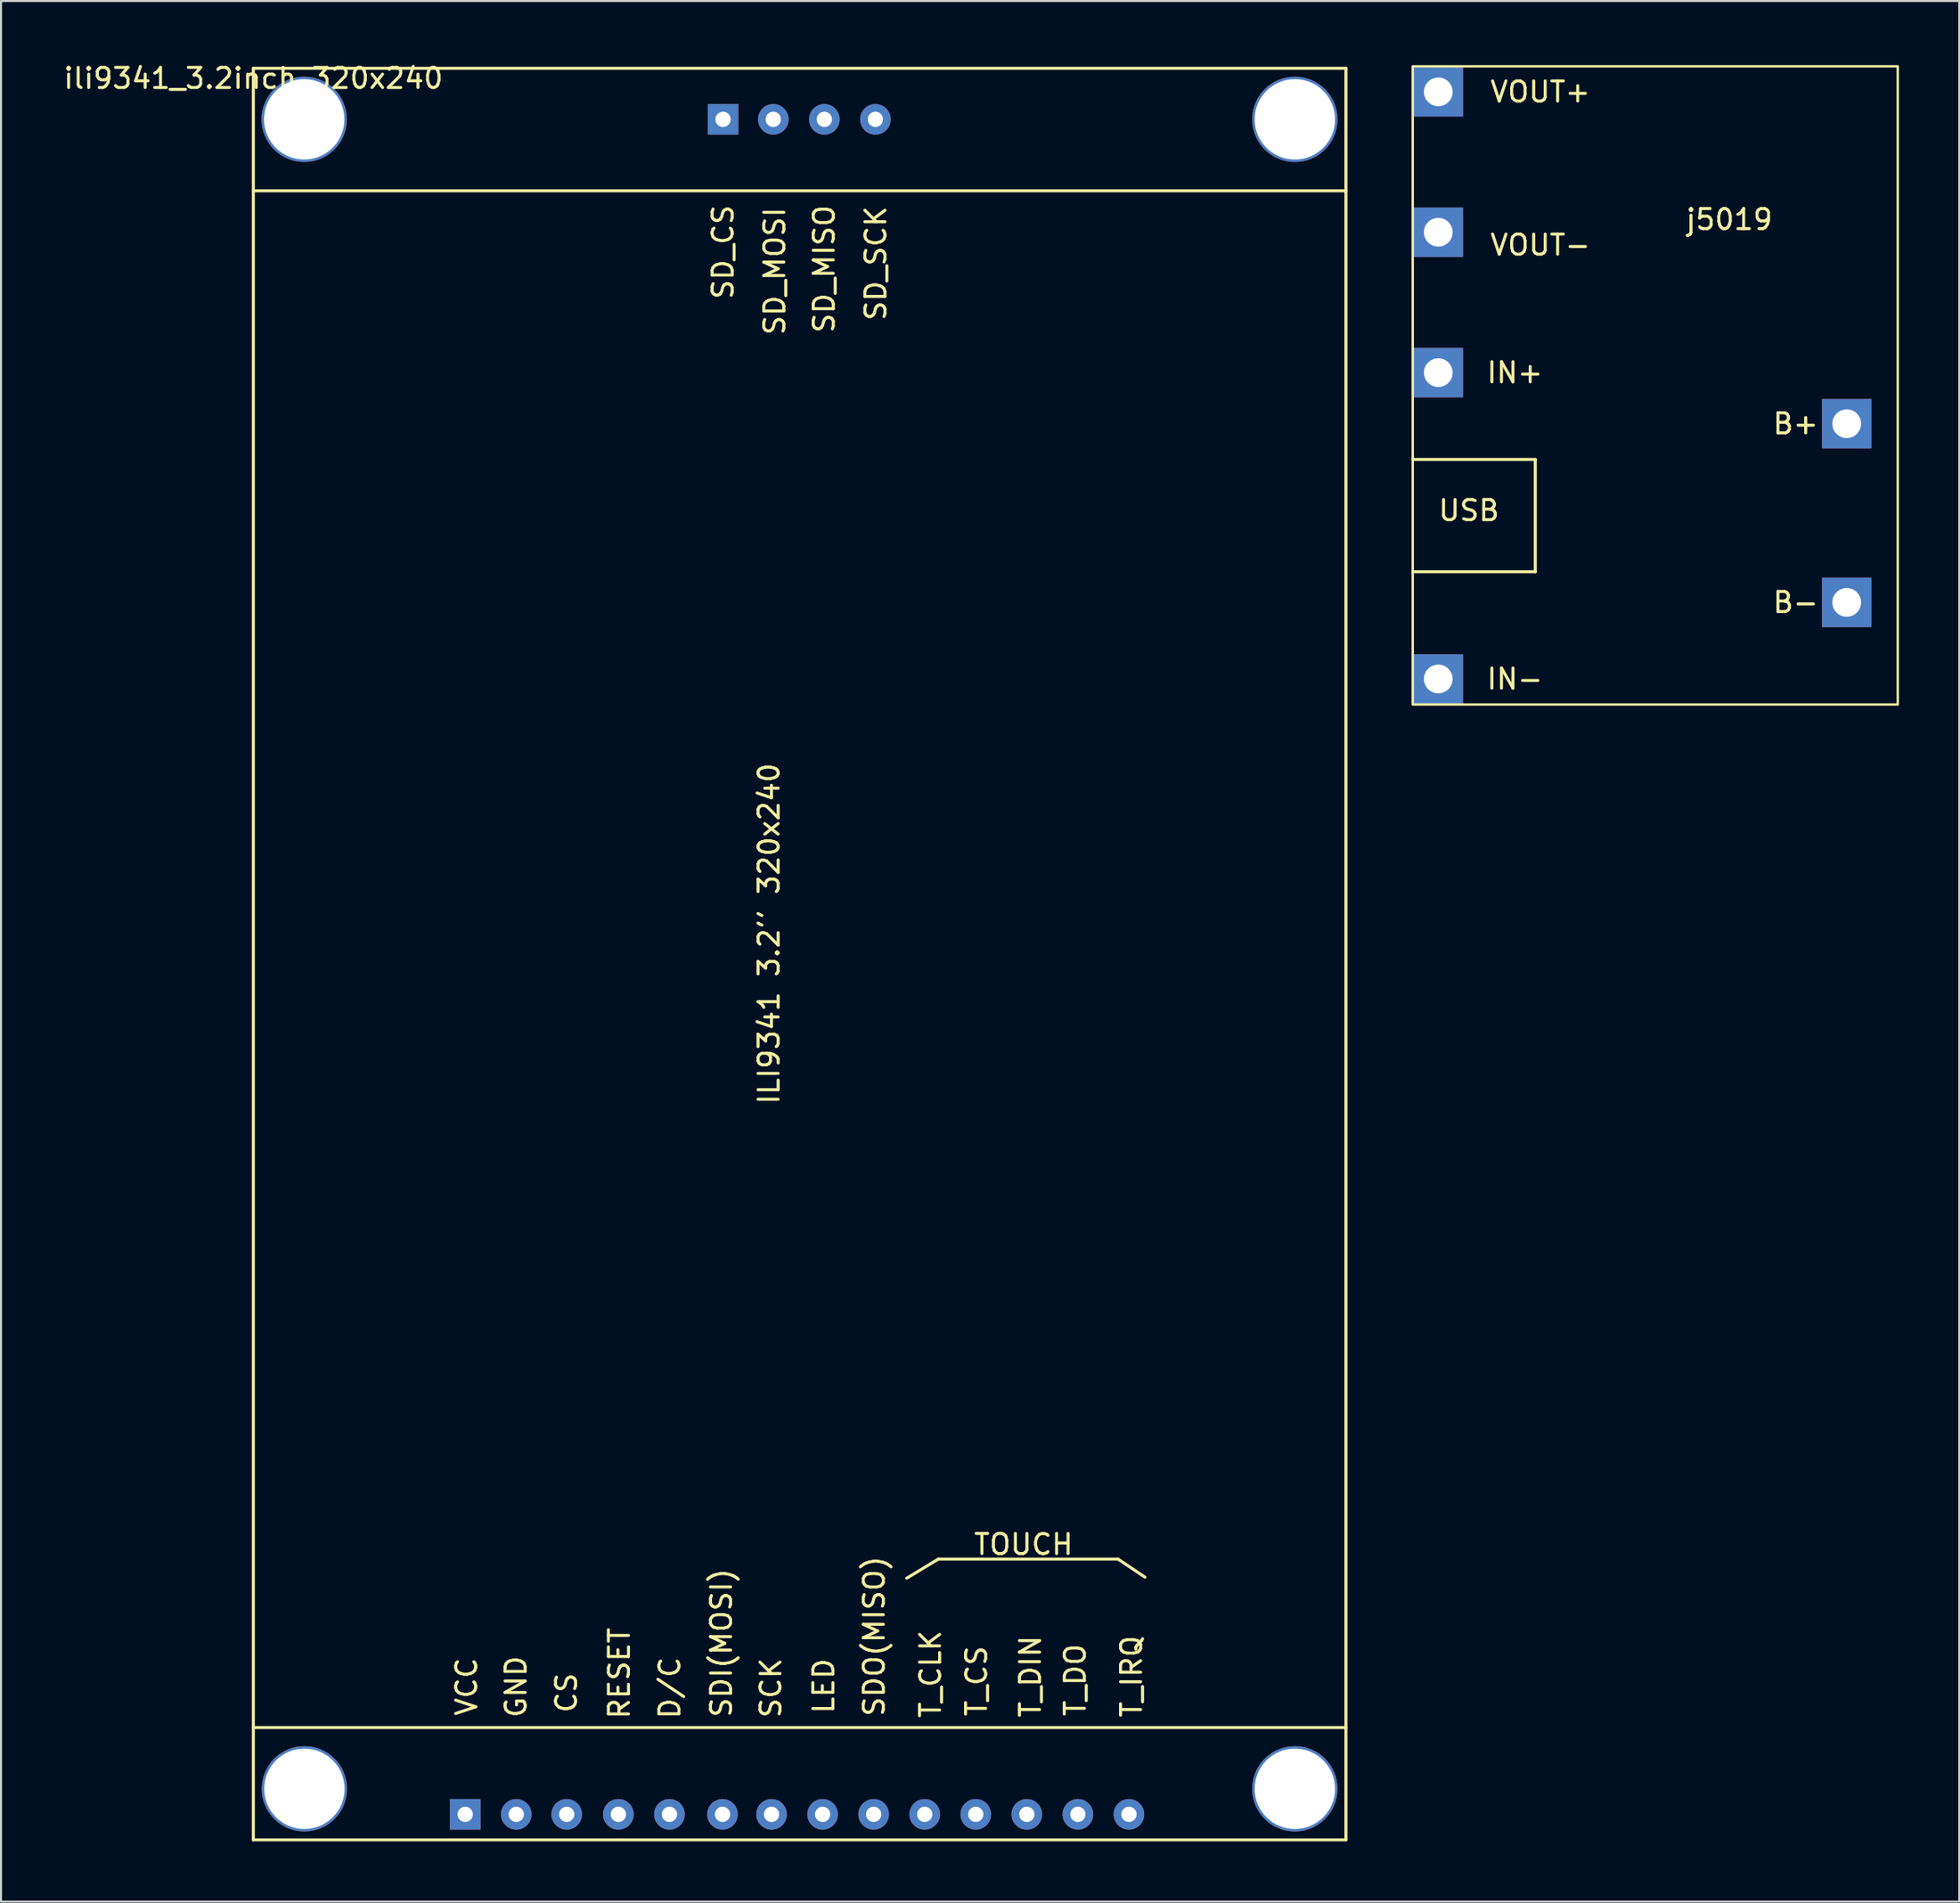
<source format=kicad_pcb>
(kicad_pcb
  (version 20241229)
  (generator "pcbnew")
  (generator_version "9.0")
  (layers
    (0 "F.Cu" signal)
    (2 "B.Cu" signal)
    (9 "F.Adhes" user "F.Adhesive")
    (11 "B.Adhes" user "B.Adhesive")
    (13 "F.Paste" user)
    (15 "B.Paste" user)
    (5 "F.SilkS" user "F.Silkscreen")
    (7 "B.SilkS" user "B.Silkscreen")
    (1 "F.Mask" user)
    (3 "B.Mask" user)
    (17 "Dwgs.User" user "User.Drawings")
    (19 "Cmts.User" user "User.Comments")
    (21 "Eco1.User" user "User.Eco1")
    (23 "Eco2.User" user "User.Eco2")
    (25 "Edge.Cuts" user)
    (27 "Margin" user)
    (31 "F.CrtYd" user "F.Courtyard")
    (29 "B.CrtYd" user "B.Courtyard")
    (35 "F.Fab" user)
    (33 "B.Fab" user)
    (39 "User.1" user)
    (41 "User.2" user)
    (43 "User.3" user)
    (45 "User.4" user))
  (footprint "ili9341_3.2inch_320x240"
    (layer "F.Cu")
    (at 9.554 0.348)
    (property "Reference" "ili9341_3.2inch_320x240" (at 0 0.5 0) (layer "F.SilkS") (effects (font (size 1 1) (thickness 0.15))))
    (attr through_hole)
    (fp_line (start 0 0) (end 54.356 0) (stroke (width 0.15) (type solid)) (layer "F.SilkS"))
    (fp_line (start 0 6.096) (end 54.356 6.096) (stroke (width 0.15) (type solid)) (layer "F.SilkS"))
    (fp_line (start 0 82.55) (end 54.356 82.55) (stroke (width 0.15) (type solid)) (layer "F.SilkS"))
    (fp_line (start 0 88.138) (end 0 0) (stroke (width 0.15) (type solid)) (layer "F.SilkS"))
    (fp_line (start 32.508 75.118) (end 34.078 74.168) (stroke (width 0.15) (type solid)) (layer "F.SilkS"))
    (fp_line (start 34.078 74.168) (end 43.018 74.168) (stroke (width 0.15) (type solid)) (layer "F.SilkS"))
    (fp_line (start 43.018 74.168) (end 44.358 75.068) (stroke (width 0.15) (type solid)) (layer "F.SilkS"))
    (fp_line (start 54.356 0) (end 54.356 88.138) (stroke (width 0.15) (type solid)) (layer "F.SilkS"))
    (fp_line (start 54.356 88.138) (end 0 88.138) (stroke (width 0.15) (type solid)) (layer "F.SilkS"))
    (fp_text user "SD_MOSI" (at 25.938 10.094 90) (layer "F.SilkS") (effects (font (size 1 1) (thickness 0.15))))
    (fp_text user "T_CLK" (at 33.688 79.89 90) (layer "F.SilkS") (effects (font (size 1 1) (thickness 0.15))))
    (fp_text user "SD_MISO" (at 28.398 9.984 90) (layer "F.SilkS") (effects (font (size 1 1) (thickness 0.15))))
    (fp_text user "T_DO" (at 40.888 80.188 90) (layer "F.SilkS") (effects (font (size 1 1) (thickness 0.15))))
    (fp_text user "SDI(MOSI)" (at 23.288 78.338 90) (layer "F.SilkS") (effects (font (size 1 1) (thickness 0.15))))
    (fp_text user "SD_SCK" (at 30.968 9.704 90) (layer "F.SilkS") (effects (font (size 1 1) (thickness 0.15))))
    (fp_text user "T_DIN" (at 38.658 80.01 90) (layer "F.SilkS") (effects (font (size 1 1) (thickness 0.15))))
    (fp_text user "T_CS" (at 35.978 80.238 90) (layer "F.SilkS") (effects (font (size 1 1) (thickness 0.15))))
    (fp_text user "T_IRQ" (at 43.688 80.01 90) (layer "F.SilkS") (effects (font (size 1 1) (thickness 0.15))))
    (fp_text user "VCC" (at 10.608 80.518 90) (layer "F.SilkS") (effects (font (size 1 1) (thickness 0.15))))
    (fp_text user "RESET" (at 18.208 79.848 90) (layer "F.SilkS") (effects (font (size 1 1) (thickness 0.15))))
    (fp_text user "SD_CS" (at 23.368 9.144 90) (layer "F.SilkS") (effects (font (size 1 1) (thickness 0.15))))
    (fp_text user "TOUCH" (at 38.318 73.438 0) (layer "F.SilkS") (effects (font (size 1 1) (thickness 0.15))))
    (fp_text user "SCK" (at 25.748 80.578 90) (layer "F.SilkS") (effects (font (size 1 1) (thickness 0.15))))
    (fp_text user "D/C" (at 20.718 80.578 90) (layer "F.SilkS") (effects (font (size 1 1) (thickness 0.15))))
    (fp_text user "ILI9341 3.2'' 320x240" (at 25.654 43.053 90) (unlocked yes) (layer "F.SilkS") (effects (font (size 1 1) (thickness 0.15))))
    (fp_text user "CS" (at 15.578 80.824 90) (layer "F.SilkS") (effects (font (size 1 1) (thickness 0.15))))
    (fp_text user "LED" (at 28.378 80.484 90) (layer "F.SilkS") (effects (font (size 1 1) (thickness 0.15))))
    (fp_text user "GND" (at 13.068 80.518 90) (layer "F.SilkS") (effects (font (size 1 1) (thickness 0.15))))
    (fp_text user "SDO(MISO)" (at 30.888 78.008 90) (layer "F.SilkS") (effects (font (size 1 1) (thickness 0.15))))
    (pad "" thru_hole circle (at 2.53 2.54) (size 4.243 4.243) (drill 4) (layers "*.Cu" "*.Mask"))
    (pad "" thru_hole circle (at 2.54 85.598) (size 4.243 4.243) (drill 4) (layers "*.Cu" "*.Mask"))
    (pad "" thru_hole circle (at 51.816 2.54) (size 4.243 4.243) (drill 4) (layers "*.Cu" "*.Mask"))
    (pad "" thru_hole circle (at 51.816 85.598) (size 4.243 4.243) (drill 4) (layers "*.Cu" "*.Mask"))
    (pad "1" thru_hole rect (at 10.541 86.868) (size 1.524 1.524) (drill 0.762) (layers "*.Cu" "*.Mask"))
    (pad "2" thru_hole circle (at 13.081 86.868) (size 1.524 1.524) (drill 0.762) (layers "*.Cu" "*.Mask"))
    (pad "3" thru_hole circle (at 15.591 86.868) (size 1.524 1.524) (drill 0.762) (layers "*.Cu" "*.Mask"))
    (pad "4" thru_hole circle (at 18.161 86.868) (size 1.524 1.524) (drill 0.762) (layers "*.Cu" "*.Mask"))
    (pad "5" thru_hole circle (at 20.701 86.868) (size 1.524 1.524) (drill 0.762) (layers "*.Cu" "*.Mask"))
    (pad "6" thru_hole circle (at 23.341 86.868) (size 1.524 1.524) (drill 0.762) (layers "*.Cu" "*.Mask"))
    (pad "7" thru_hole circle (at 25.781 86.868) (size 1.524 1.524) (drill 0.762) (layers "*.Cu" "*.Mask"))
    (pad "8" thru_hole circle (at 28.321 86.868) (size 1.524 1.524) (drill 0.762) (layers "*.Cu" "*.Mask"))
    (pad "9" thru_hole circle (at 30.861 86.868) (size 1.524 1.524) (drill 0.762) (layers "*.Cu" "*.Mask"))
    (pad "10" thru_hole circle (at 33.401 86.868) (size 1.524 1.524) (drill 0.762) (layers "*.Cu" "*.Mask"))
    (pad "11" thru_hole circle (at 35.941 86.868) (size 1.524 1.524) (drill 0.762) (layers "*.Cu" "*.Mask"))
    (pad "12" thru_hole circle (at 38.481 86.868) (size 1.524 1.524) (drill 0.762) (layers "*.Cu" "*.Mask"))
    (pad "13" thru_hole circle (at 41.021 86.868) (size 1.524 1.524) (drill 0.762) (layers "*.Cu" "*.Mask"))
    (pad "14" thru_hole circle (at 43.561 86.868) (size 1.524 1.524) (drill 0.762) (layers "*.Cu" "*.Mask"))
    (pad "15" thru_hole rect (at 23.368 2.54) (size 1.524 1.524) (drill 0.762) (layers "*.Cu" "*.Mask"))
    (pad "16" thru_hole circle (at 25.868 2.54) (size 1.524 1.524) (drill 0.762) (layers "*.Cu" "*.Mask"))
    (pad "17" thru_hole circle (at 28.408 2.54) (size 1.524 1.524) (drill 0.762) (layers "*.Cu" "*.Mask"))
    (pad "18" thru_hole circle (at 30.948 2.54) (size 1.524 1.524) (drill 0.762) (layers "*.Cu" "*.Mask")))
  (footprint "j5019"
    (layer "F.Cu")
    (at 67.235 0.25)
    (property "Reference" "j5019" (at 15.748 7.62 0) (layer "F.SilkS") (effects (font (size 1 1) (thickness 0.15))))
    (attr through_hole)
    (fp_line (start 0 19.558) (end 6.096 19.558) (stroke (width 0.15) (type solid)) (layer "F.SilkS"))
    (fp_line (start 6.096 19.558) (end 6.096 25.146) (stroke (width 0.15) (type solid)) (layer "F.SilkS"))
    (fp_line (start 6.096 25.146) (end 0 25.146) (stroke (width 0.15) (type solid)) (layer "F.SilkS"))
    (fp_rect (start 24.13 0) (end 0 31.75) (stroke (width 0.12) (type solid)) (fill no) (layer "F.SilkS"))
    (fp_text user "IN-" (at 5.08 30.48 0) (unlocked yes) (layer "F.SilkS") (effects (font (size 1 1) (thickness 0.15))))
    (fp_text user "B+" (at 19.05 17.78 0) (unlocked yes) (layer "F.SilkS") (effects (font (size 1 1) (thickness 0.15))))
    (fp_text user "B-" (at 19.05 26.67 0) (unlocked yes) (layer "F.SilkS") (effects (font (size 1 1) (thickness 0.15))))
    (fp_text user "VOUT-" (at 6.35 8.89 0) (unlocked yes) (layer "F.SilkS") (effects (font (size 1 1) (thickness 0.15))))
    (fp_text user "USB" (at 2.794 22.098 0) (unlocked yes) (layer "F.SilkS") (effects (font (size 1 1) (thickness 0.15))))
    (fp_text user "IN+" (at 5.08 15.24 0) (unlocked yes) (layer "F.SilkS") (effects (font (size 1 1) (thickness 0.15))))
    (fp_text user "VOUT+" (at 6.35 1.27 0) (unlocked yes) (layer "F.SilkS") (effects (font (size 1 1) (thickness 0.15))))
    (pad "1" thru_hole rect (at 1.27 8.255) (size 2.46 2.46) (drill 1.43) (layers "*.Cu" "*.Mask"))
    (pad "2" thru_hole rect (at 21.59 26.67) (size 2.46 2.46) (drill 1.43) (layers "*.Cu" "*.Mask"))
    (pad "3" thru_hole rect (at 21.59 17.78) (size 2.46 2.46) (drill 1.43) (layers "*.Cu" "*.Mask"))
    (pad "4" thru_hole rect (at 1.27 1.27) (size 2.46 2.46) (drill 1.43) (layers "*.Cu" "*.Mask"))
    (pad "5" thru_hole rect (at 1.27 15.24) (size 2.46 2.46) (drill 1.43) (layers "*.Cu" "*.Mask"))
    (pad "6" thru_hole rect (at 1.27 30.48) (size 2.46 2.46) (drill 1.43) (layers "*.Cu" "*.Mask")))
  (gr_rect
    (start -3 -3)
    (end 94.425 91.561)
    (stroke (width 0.1) (type default))
    (fill no)
    (layer "Edge.Cuts")))
</source>
